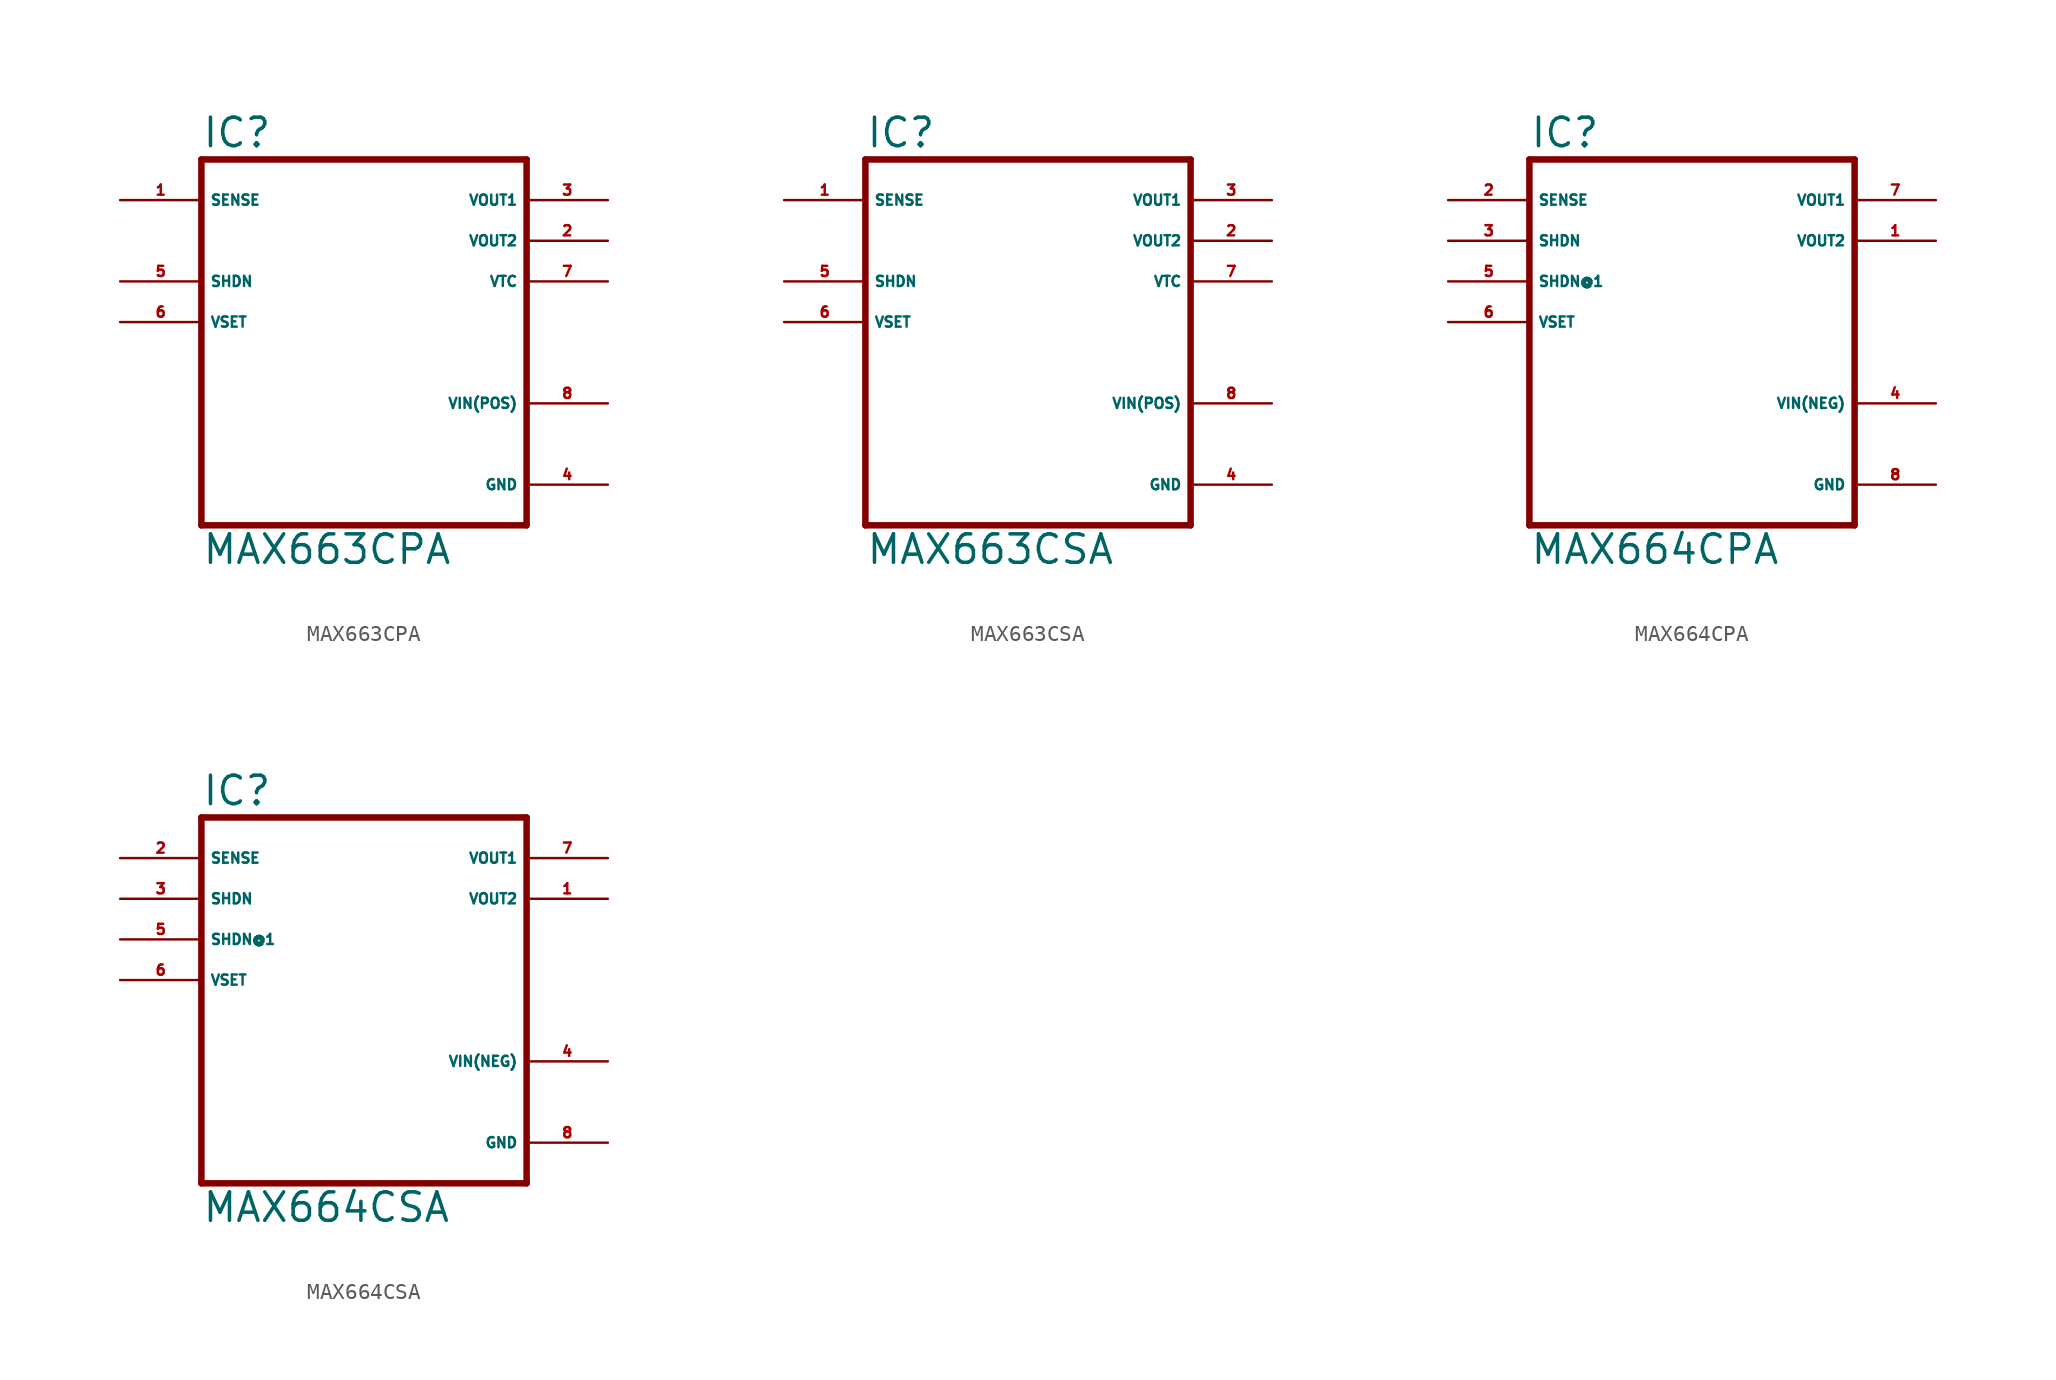
<source format=kicad_sym>
(kicad_symbol_lib
  (version 20220914)
  (generator Eagle2Kicad)
  (symbol "MAX663CPA"
    (property "Reference" "IC"
      (at -10.16 10.795 0)
      (effects (font (size 1.778 1.778) (thickness 0.22)) (justify left bottom)))
    (property "Value" "MAX663CPA"
      (at -10.16 -15.24 0)
      (effects (font (size 1.778 1.778) (thickness 0.22)) (justify left bottom)))
    (polyline
      (pts (xy -10.16 -12.7) (xy 10.16 -12.7))
      (stroke (width 0.406) (type default))
      (fill (type none)))
    (polyline
      (pts (xy 10.16 10.16) (xy 10.16 -12.7))
      (stroke (width 0.406) (type default))
      (fill (type none)))
    (polyline
      (pts (xy 10.16 10.16) (xy -10.16 10.16))
      (stroke (width 0.406) (type default))
      (fill (type none)))
    (polyline
      (pts (xy -10.16 -12.7) (xy -10.16 10.16))
      (stroke (width 0.406) (type default))
      (fill (type none)))
    (pin input line
      (at -15.24 7.62 0)
      (length 5.08)
      (name "SENSE" (effects (font (size 0.635 0.635) (thickness 0.08)) (justify left bottom)))
      (number "1" (effects (font (size 0.635 0.635) (thickness 0.08)) (justify left bottom))))
    (pin unspecified line
      (at 15.24 -5.08 180)
      (length 5.08)
      (name "VIN(POS)" (effects (font (size 0.635 0.635) (thickness 0.08)) (justify left bottom)))
      (number "8" (effects (font (size 0.635 0.635) (thickness 0.08)) (justify left bottom))))
    (pin output line
      (at 15.24 2.54 180)
      (length 5.08)
      (name "VTC" (effects (font (size 0.635 0.635) (thickness 0.08)) (justify left bottom)))
      (number "7" (effects (font (size 0.635 0.635) (thickness 0.08)) (justify left bottom))))
    (pin output line
      (at 15.24 5.08 180)
      (length 5.08)
      (name "VOUT2" (effects (font (size 0.635 0.635) (thickness 0.08)) (justify left bottom)))
      (number "2" (effects (font (size 0.635 0.635) (thickness 0.08)) (justify left bottom))))
    (pin unspecified line
      (at 15.24 -10.16 180)
      (length 5.08)
      (name "GND" (effects (font (size 0.635 0.635) (thickness 0.08)) (justify left bottom)))
      (number "4" (effects (font (size 0.635 0.635) (thickness 0.08)) (justify left bottom))))
    (pin input line
      (at -15.24 2.54 0)
      (length 5.08)
      (name "SHDN" (effects (font (size 0.635 0.635) (thickness 0.08)) (justify left bottom)))
      (number "5" (effects (font (size 0.635 0.635) (thickness 0.08)) (justify left bottom))))
    (pin output line
      (at 15.24 7.62 180)
      (length 5.08)
      (name "VOUT1" (effects (font (size 0.635 0.635) (thickness 0.08)) (justify left bottom)))
      (number "3" (effects (font (size 0.635 0.635) (thickness 0.08)) (justify left bottom))))
    (pin input line
      (at -15.24 0 0)
      (length 5.08)
      (name "VSET" (effects (font (size 0.635 0.635) (thickness 0.08)) (justify left bottom)))
      (number "6" (effects (font (size 0.635 0.635) (thickness 0.08)) (justify left bottom)))))
  (symbol "MAX663CSA"
    (property "Reference" "IC"
      (at -10.16 10.795 0)
      (effects (font (size 1.778 1.778) (thickness 0.22)) (justify left bottom)))
    (property "Value" "MAX663CSA"
      (at -10.16 -15.24 0)
      (effects (font (size 1.778 1.778) (thickness 0.22)) (justify left bottom)))
    (polyline
      (pts (xy -10.16 -12.7) (xy 10.16 -12.7))
      (stroke (width 0.406) (type default))
      (fill (type none)))
    (polyline
      (pts (xy 10.16 10.16) (xy 10.16 -12.7))
      (stroke (width 0.406) (type default))
      (fill (type none)))
    (polyline
      (pts (xy 10.16 10.16) (xy -10.16 10.16))
      (stroke (width 0.406) (type default))
      (fill (type none)))
    (polyline
      (pts (xy -10.16 -12.7) (xy -10.16 10.16))
      (stroke (width 0.406) (type default))
      (fill (type none)))
    (pin input line
      (at -15.24 7.62 0)
      (length 5.08)
      (name "SENSE" (effects (font (size 0.635 0.635) (thickness 0.08)) (justify left bottom)))
      (number "1" (effects (font (size 0.635 0.635) (thickness 0.08)) (justify left bottom))))
    (pin unspecified line
      (at 15.24 -5.08 180)
      (length 5.08)
      (name "VIN(POS)" (effects (font (size 0.635 0.635) (thickness 0.08)) (justify left bottom)))
      (number "8" (effects (font (size 0.635 0.635) (thickness 0.08)) (justify left bottom))))
    (pin output line
      (at 15.24 2.54 180)
      (length 5.08)
      (name "VTC" (effects (font (size 0.635 0.635) (thickness 0.08)) (justify left bottom)))
      (number "7" (effects (font (size 0.635 0.635) (thickness 0.08)) (justify left bottom))))
    (pin output line
      (at 15.24 5.08 180)
      (length 5.08)
      (name "VOUT2" (effects (font (size 0.635 0.635) (thickness 0.08)) (justify left bottom)))
      (number "2" (effects (font (size 0.635 0.635) (thickness 0.08)) (justify left bottom))))
    (pin unspecified line
      (at 15.24 -10.16 180)
      (length 5.08)
      (name "GND" (effects (font (size 0.635 0.635) (thickness 0.08)) (justify left bottom)))
      (number "4" (effects (font (size 0.635 0.635) (thickness 0.08)) (justify left bottom))))
    (pin input line
      (at -15.24 2.54 0)
      (length 5.08)
      (name "SHDN" (effects (font (size 0.635 0.635) (thickness 0.08)) (justify left bottom)))
      (number "5" (effects (font (size 0.635 0.635) (thickness 0.08)) (justify left bottom))))
    (pin output line
      (at 15.24 7.62 180)
      (length 5.08)
      (name "VOUT1" (effects (font (size 0.635 0.635) (thickness 0.08)) (justify left bottom)))
      (number "3" (effects (font (size 0.635 0.635) (thickness 0.08)) (justify left bottom))))
    (pin input line
      (at -15.24 0 0)
      (length 5.08)
      (name "VSET" (effects (font (size 0.635 0.635) (thickness 0.08)) (justify left bottom)))
      (number "6" (effects (font (size 0.635 0.635) (thickness 0.08)) (justify left bottom)))))
  (symbol "MAX664CPA"
    (property "Reference" "IC"
      (at -10.16 10.795 0)
      (effects (font (size 1.778 1.778) (thickness 0.22)) (justify left bottom)))
    (property "Value" "MAX664CPA"
      (at -10.16 -15.24 0)
      (effects (font (size 1.778 1.778) (thickness 0.22)) (justify left bottom)))
    (polyline
      (pts (xy -10.16 -12.7) (xy 10.16 -12.7))
      (stroke (width 0.406) (type default))
      (fill (type none)))
    (polyline
      (pts (xy 10.16 10.16) (xy 10.16 -12.7))
      (stroke (width 0.406) (type default))
      (fill (type none)))
    (polyline
      (pts (xy 10.16 10.16) (xy -10.16 10.16))
      (stroke (width 0.406) (type default))
      (fill (type none)))
    (polyline
      (pts (xy -10.16 -12.7) (xy -10.16 10.16))
      (stroke (width 0.406) (type default))
      (fill (type none)))
    (pin input line
      (at -15.24 7.62 0)
      (length 5.08)
      (name "SENSE" (effects (font (size 0.635 0.635) (thickness 0.08)) (justify left bottom)))
      (number "2" (effects (font (size 0.635 0.635) (thickness 0.08)) (justify left bottom))))
    (pin unspecified line
      (at 15.24 -5.08 180)
      (length 5.08)
      (name "VIN(NEG)" (effects (font (size 0.635 0.635) (thickness 0.08)) (justify left bottom)))
      (number "4" (effects (font (size 0.635 0.635) (thickness 0.08)) (justify left bottom))))
    (pin input line
      (at -15.24 2.54 0)
      (length 5.08)
      (name "SHDN@1" (effects (font (size 0.635 0.635) (thickness 0.08)) (justify left bottom)))
      (number "5" (effects (font (size 0.635 0.635) (thickness 0.08)) (justify left bottom))))
    (pin output line
      (at 15.24 5.08 180)
      (length 5.08)
      (name "VOUT2" (effects (font (size 0.635 0.635) (thickness 0.08)) (justify left bottom)))
      (number "1" (effects (font (size 0.635 0.635) (thickness 0.08)) (justify left bottom))))
    (pin unspecified line
      (at 15.24 -10.16 180)
      (length 5.08)
      (name "GND" (effects (font (size 0.635 0.635) (thickness 0.08)) (justify left bottom)))
      (number "8" (effects (font (size 0.635 0.635) (thickness 0.08)) (justify left bottom))))
    (pin input line
      (at -15.24 5.08 0)
      (length 5.08)
      (name "SHDN" (effects (font (size 0.635 0.635) (thickness 0.08)) (justify left bottom)))
      (number "3" (effects (font (size 0.635 0.635) (thickness 0.08)) (justify left bottom))))
    (pin output line
      (at 15.24 7.62 180)
      (length 5.08)
      (name "VOUT1" (effects (font (size 0.635 0.635) (thickness 0.08)) (justify left bottom)))
      (number "7" (effects (font (size 0.635 0.635) (thickness 0.08)) (justify left bottom))))
    (pin input line
      (at -15.24 0 0)
      (length 5.08)
      (name "VSET" (effects (font (size 0.635 0.635) (thickness 0.08)) (justify left bottom)))
      (number "6" (effects (font (size 0.635 0.635) (thickness 0.08)) (justify left bottom)))))
  (symbol "MAX664CSA"
    (property "Reference" "IC"
      (at -10.16 10.795 0)
      (effects (font (size 1.778 1.778) (thickness 0.22)) (justify left bottom)))
    (property "Value" "MAX664CSA"
      (at -10.16 -15.24 0)
      (effects (font (size 1.778 1.778) (thickness 0.22)) (justify left bottom)))
    (polyline
      (pts (xy -10.16 -12.7) (xy 10.16 -12.7))
      (stroke (width 0.406) (type default))
      (fill (type none)))
    (polyline
      (pts (xy 10.16 10.16) (xy 10.16 -12.7))
      (stroke (width 0.406) (type default))
      (fill (type none)))
    (polyline
      (pts (xy 10.16 10.16) (xy -10.16 10.16))
      (stroke (width 0.406) (type default))
      (fill (type none)))
    (polyline
      (pts (xy -10.16 -12.7) (xy -10.16 10.16))
      (stroke (width 0.406) (type default))
      (fill (type none)))
    (pin input line
      (at -15.24 7.62 0)
      (length 5.08)
      (name "SENSE" (effects (font (size 0.635 0.635) (thickness 0.08)) (justify left bottom)))
      (number "2" (effects (font (size 0.635 0.635) (thickness 0.08)) (justify left bottom))))
    (pin unspecified line
      (at 15.24 -5.08 180)
      (length 5.08)
      (name "VIN(NEG)" (effects (font (size 0.635 0.635) (thickness 0.08)) (justify left bottom)))
      (number "4" (effects (font (size 0.635 0.635) (thickness 0.08)) (justify left bottom))))
    (pin input line
      (at -15.24 2.54 0)
      (length 5.08)
      (name "SHDN@1" (effects (font (size 0.635 0.635) (thickness 0.08)) (justify left bottom)))
      (number "5" (effects (font (size 0.635 0.635) (thickness 0.08)) (justify left bottom))))
    (pin output line
      (at 15.24 5.08 180)
      (length 5.08)
      (name "VOUT2" (effects (font (size 0.635 0.635) (thickness 0.08)) (justify left bottom)))
      (number "1" (effects (font (size 0.635 0.635) (thickness 0.08)) (justify left bottom))))
    (pin unspecified line
      (at 15.24 -10.16 180)
      (length 5.08)
      (name "GND" (effects (font (size 0.635 0.635) (thickness 0.08)) (justify left bottom)))
      (number "8" (effects (font (size 0.635 0.635) (thickness 0.08)) (justify left bottom))))
    (pin input line
      (at -15.24 5.08 0)
      (length 5.08)
      (name "SHDN" (effects (font (size 0.635 0.635) (thickness 0.08)) (justify left bottom)))
      (number "3" (effects (font (size 0.635 0.635) (thickness 0.08)) (justify left bottom))))
    (pin output line
      (at 15.24 7.62 180)
      (length 5.08)
      (name "VOUT1" (effects (font (size 0.635 0.635) (thickness 0.08)) (justify left bottom)))
      (number "7" (effects (font (size 0.635 0.635) (thickness 0.08)) (justify left bottom))))
    (pin input line
      (at -15.24 0 0)
      (length 5.08)
      (name "VSET" (effects (font (size 0.635 0.635) (thickness 0.08)) (justify left bottom)))
      (number "6" (effects (font (size 0.635 0.635) (thickness 0.08)) (justify left bottom))))))
</source>
